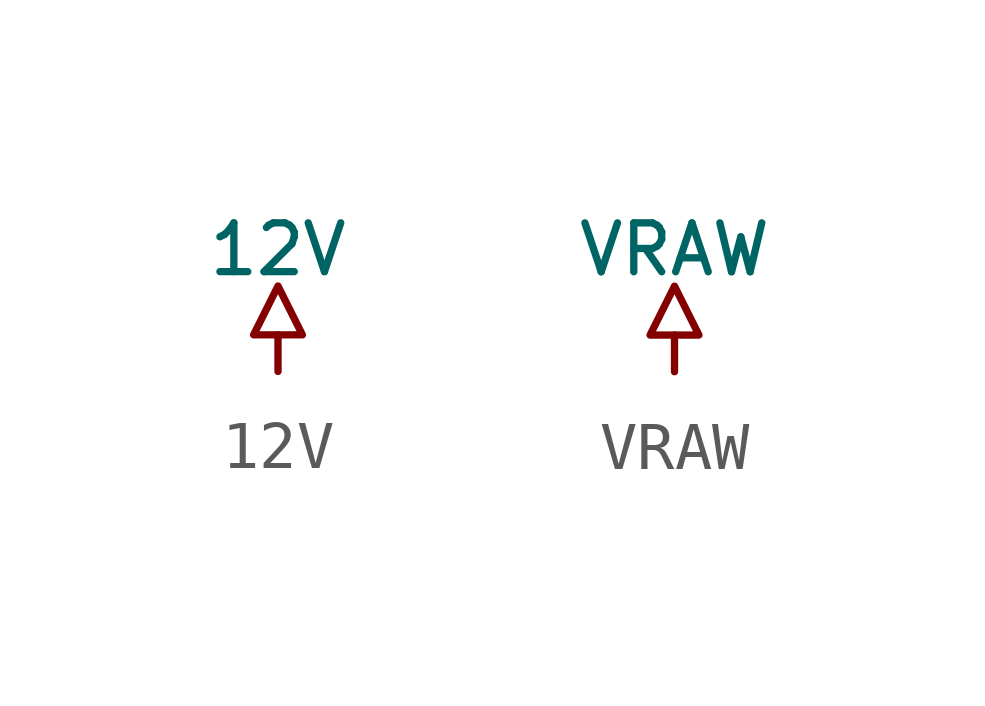
<source format=kicad_sym>
(kicad_symbol_lib
  (version 20211014)
  (generator kicad_symbol_editor)
  (symbol "12V"
    (power)
    (pin_numbers hide)
    (pin_names
      (offset 0) hide)
    (property "Reference" "#PWR"
      (at 0 -1.016 0)
      (effects (font (size 1.016 1.016)) hide))
    (property "Value" "12V"
      (at 0 2.54 0)
      (effects (font (size 1.016 1.016))))
    (symbol "12V_0_0"
      (pin power_in line (at 0 0 90) (length 0) hide (name "12V" (effects (font (size 0.762 0.762)))) (number "1" (effects (font (size 0.762 0.762))))))
    (symbol "12V_0_1"
      (polyline (pts (xy 0 0) (xy 0 0.762)) (stroke (width 0) (type default) (color 0 0 0 0)) (fill (type none)))
      (polyline (pts (xy -0.508 0.762) (xy 0.508 0.762) (xy 0 1.778) (xy -0.508 0.762)) (stroke (width 0) (type default) (color 0 0 0 0)) (fill (type none)))))
  (symbol "VRAW"
    (power)
    (pin_numbers hide)
    (pin_names
      (offset 0) hide)
    (property "Reference" "#PWR"
      (at 0 -1.016 0)
      (effects (font (size 1.016 1.016)) hide))
    (property "Value" "VRAW"
      (at 0 2.54 0)
      (effects (font (size 1.016 1.016))))
    (symbol "VRAW_0_0"
      (pin power_in line (at 0 0 90) (length 0) hide (name "VRAW" (effects (font (size 0.762 0.762)))) (number "1" (effects (font (size 0.762 0.762))))))
    (symbol "VRAW_0_1"
      (polyline (pts (xy 0 0) (xy 0 0.762)) (stroke (width 0) (type default) (color 0 0 0 0)) (fill (type none)))
      (polyline (pts (xy -0.508 0.762) (xy 0.508 0.762) (xy 0 1.778) (xy -0.508 0.762)) (stroke (width 0) (type default) (color 0 0 0 0)) (fill (type none))))))
</source>
